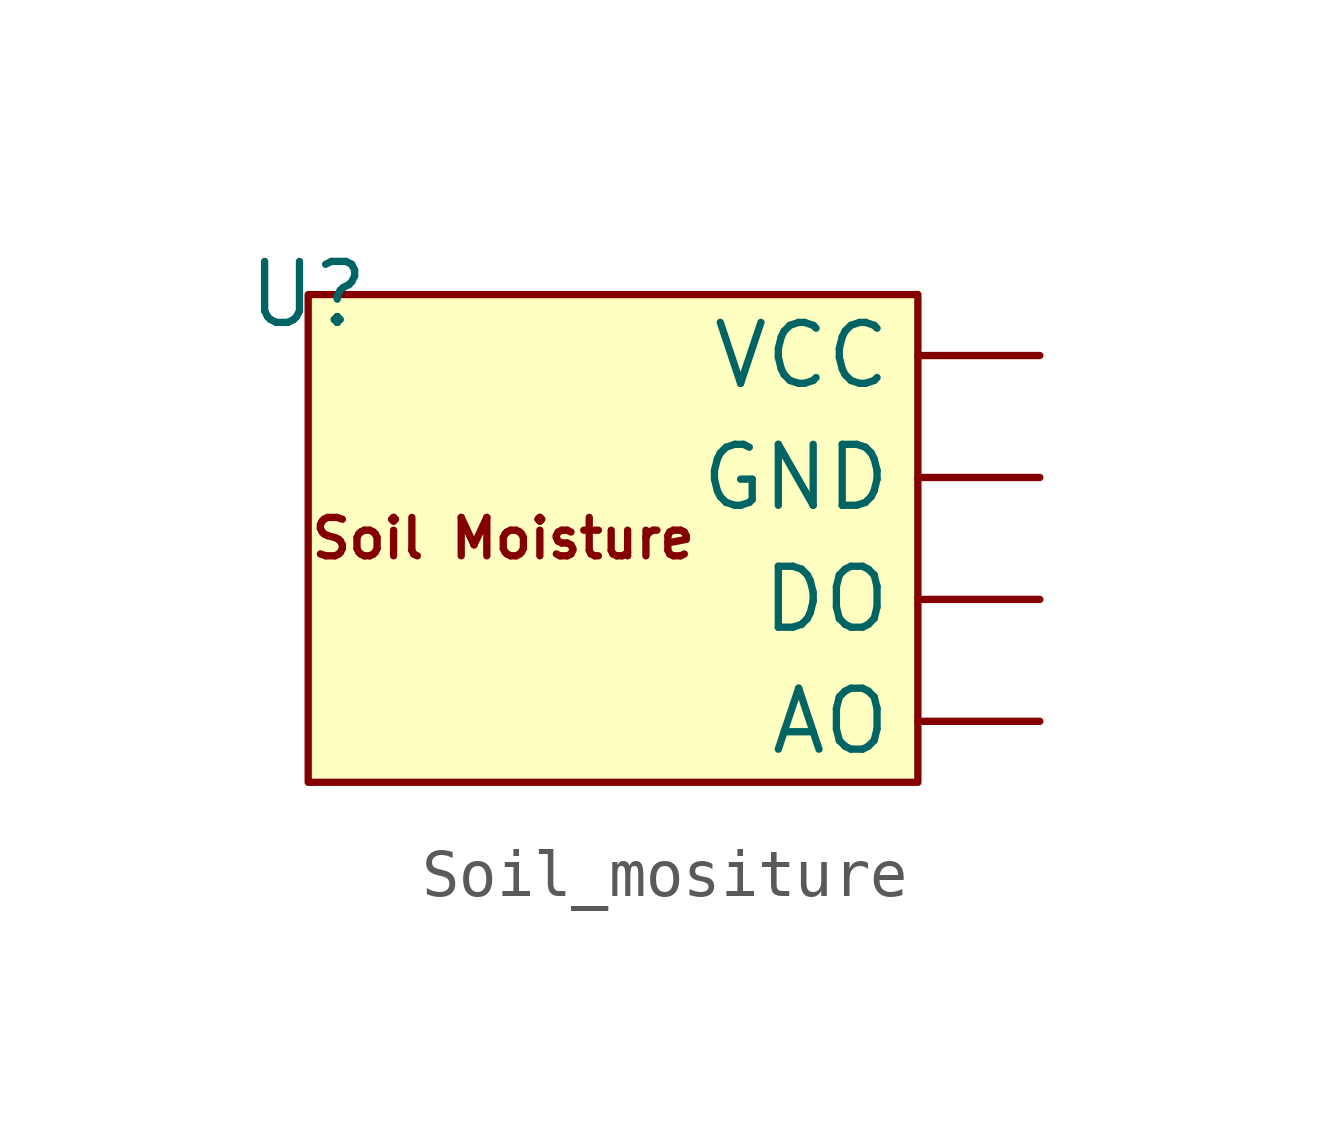
<source format=kicad_sym>
(kicad_symbol_lib
  (version 20241209)
  (generator "kicad_symbol_editor")
  (generator_version "9.0")
  (symbol "Soil_mositure"
    (power)
    (property "Reference" "U"
      (at 0 0 0)
      (effects (font (size 1.27 1.27))))
    (property "Value" ""
      (at 0 0 0)
      (effects (font (size 1.27 1.27))))
    (symbol "Soil_mositure_1_1"
      (rectangle (start 0 0) (end 12.7 -10.16) (stroke (width 0) (type solid)) (fill (type background)))
      (text "Soil Moisture" (at 4.064 -5.08 0) (effects (font (size 0.8 0.8))))
      (pin power_in line (at 15.24 -1.27 180) (length 2.54) (name "VCC" (effects (font (size 1.27 1.27)))) (number "" (effects (font (size 1.27 1.27)))))
      (pin power_in line (at 15.24 -3.81 180) (length 2.54) (name "GND" (effects (font (size 1.27 1.27)))) (number "" (effects (font (size 1.27 1.27)))))
      (pin output line (at 15.24 -6.35 180) (length 2.54) (name "DO" (effects (font (size 1.27 1.27)))) (number "" (effects (font (size 1.27 1.27)))))
      (pin output line (at 15.24 -8.89 180) (length 2.54) (name "AO" (effects (font (size 1.27 1.27)))) (number "" (effects (font (size 1.27 1.27))))))))
</source>
